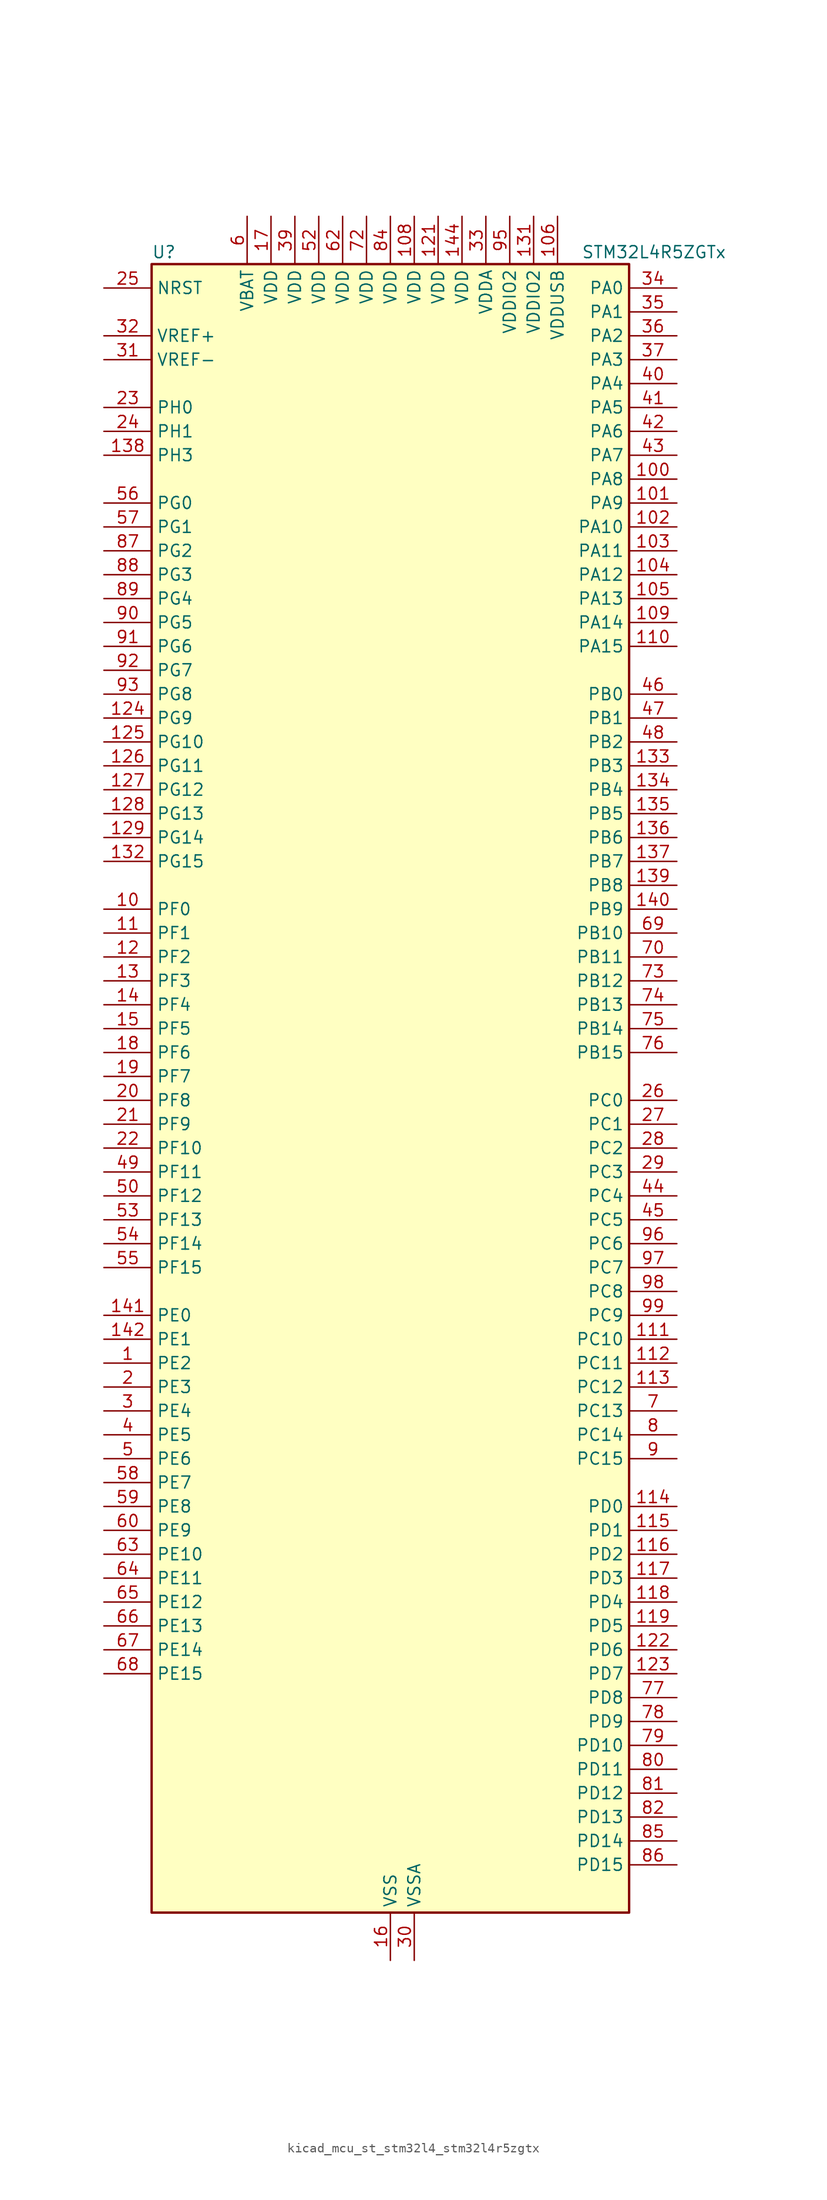
<source format=kicad_sym>
(kicad_symbol_lib
  (version 20220914)
  (generator kicad_symbol_editor)
  (symbol "kicad_mcu_st_stm32l4_stm32l4r5zgtx"
    (property "Reference" "U"
      (at -25.4 90.17 0)
      (effects (font (size 1.27 1.27)) (justify left)))
    (property "Value" "STM32L4R5ZGTx"
      (at 20.32 90.17 0)
      (effects (font (size 1.27 1.27)) (justify left)))
    (property "ki_locked" ""
      (at 0 0 0)
      (effects (font (size 1.27 1.27))))
    (symbol "kicad_mcu_st_stm32l4_stm32l4r5zgtx_0_1"
      (rectangle (start -25.4 -86.36) (end 25.4 88.9) (stroke (width 0.254) (type default)) (fill (type background))))
    (symbol "kicad_mcu_st_stm32l4_stm32l4r5zgtx_1_1"
      (pin bidirectional line (at -30.48 -27.94 0) (length 5.08) (name "PE2" (effects (font (size 1.27 1.27)))) (number "1" (effects (font (size 1.27 1.27)))) (alternate "FMC_A23" bidirectional line) (alternate "SAI1_CK1" bidirectional line) (alternate "SAI1_MCLK_A" bidirectional line) (alternate "SYS_TRACECLK" bidirectional line) (alternate "TIM3_ETR" bidirectional line) (alternate "TSC_G7_IO1" bidirectional line))
      (pin bidirectional line (at -30.48 20.32 0) (length 5.08) (name "PF0" (effects (font (size 1.27 1.27)))) (number "10" (effects (font (size 1.27 1.27)))) (alternate "FMC_A0" bidirectional line) (alternate "I2C2_SDA" bidirectional line) (alternate "OCTOSPIM_P2_IO0" bidirectional line))
      (pin bidirectional line (at 30.48 66.04 180) (length 5.08) (name "PA8" (effects (font (size 1.27 1.27)))) (number "100" (effects (font (size 1.27 1.27)))) (alternate "LPTIM2_OUT" bidirectional line) (alternate "RCC_MCO" bidirectional line) (alternate "SAI1_CK2" bidirectional line) (alternate "SAI1_SCK_A" bidirectional line) (alternate "TIM1_CH1" bidirectional line) (alternate "USART1_CK" bidirectional line) (alternate "USB_OTG_FS_SOF" bidirectional line))
      (pin bidirectional line (at 30.48 63.5 180) (length 5.08) (name "PA9" (effects (font (size 1.27 1.27)))) (number "101" (effects (font (size 1.27 1.27)))) (alternate "DAC1_EXTI9" bidirectional line) (alternate "DCMI_D0" bidirectional line) (alternate "SAI1_FS_A" bidirectional line) (alternate "SPI2_SCK" bidirectional line) (alternate "TIM15_BKIN" bidirectional line) (alternate "TIM1_CH2" bidirectional line) (alternate "USART1_TX" bidirectional line) (alternate "USB_OTG_FS_VBUS" bidirectional line))
      (pin bidirectional line (at 30.48 60.96 180) (length 5.08) (name "PA10" (effects (font (size 1.27 1.27)))) (number "102" (effects (font (size 1.27 1.27)))) (alternate "DCMI_D1" bidirectional line) (alternate "SAI1_D1" bidirectional line) (alternate "SAI1_SD_A" bidirectional line) (alternate "TIM17_BKIN" bidirectional line) (alternate "TIM1_CH3" bidirectional line) (alternate "USART1_RX" bidirectional line) (alternate "USB_OTG_FS_ID" bidirectional line))
      (pin bidirectional line (at 30.48 58.42 180) (length 5.08) (name "PA11" (effects (font (size 1.27 1.27)))) (number "103" (effects (font (size 1.27 1.27)))) (alternate "ADC1_EXTI11" bidirectional line) (alternate "CAN1_RX" bidirectional line) (alternate "SPI1_MISO" bidirectional line) (alternate "TIM1_BKIN2" bidirectional line) (alternate "TIM1_CH4" bidirectional line) (alternate "USART1_CTS" bidirectional line) (alternate "USART1_NSS" bidirectional line) (alternate "USB_OTG_FS_DM" bidirectional line))
      (pin bidirectional line (at 30.48 55.88 180) (length 5.08) (name "PA12" (effects (font (size 1.27 1.27)))) (number "104" (effects (font (size 1.27 1.27)))) (alternate "CAN1_TX" bidirectional line) (alternate "SPI1_MOSI" bidirectional line) (alternate "TIM1_ETR" bidirectional line) (alternate "USART1_DE" bidirectional line) (alternate "USART1_RTS" bidirectional line) (alternate "USB_OTG_FS_DP" bidirectional line))
      (pin bidirectional line (at 30.48 53.34 180) (length 5.08) (name "PA13" (effects (font (size 1.27 1.27)))) (number "105" (effects (font (size 1.27 1.27)))) (alternate "IR_OUT" bidirectional line) (alternate "SAI1_SD_B" bidirectional line) (alternate "SYS_JTMS-SWDIO" bidirectional line) (alternate "USB_OTG_FS_NOE" bidirectional line))
      (pin power_in line (at 17.78 93.98 270) (length 5.08) (name "VDDUSB" (effects (font (size 1.27 1.27)))) (number "106" (effects (font (size 1.27 1.27)))))
      (pin passive line (at 0 -91.44 90) (length 5.08) hide (name "VSS" (effects (font (size 1.27 1.27)))) (number "107" (effects (font (size 1.27 1.27)))))
      (pin power_in line (at 2.54 93.98 270) (length 5.08) (name "VDD" (effects (font (size 1.27 1.27)))) (number "108" (effects (font (size 1.27 1.27)))))
      (pin bidirectional line (at 30.48 50.8 180) (length 5.08) (name "PA14" (effects (font (size 1.27 1.27)))) (number "109" (effects (font (size 1.27 1.27)))) (alternate "I2C1_SMBA" bidirectional line) (alternate "I2C4_SMBA" bidirectional line) (alternate "LPTIM1_OUT" bidirectional line) (alternate "SAI1_FS_B" bidirectional line) (alternate "SYS_JTCK-SWCLK" bidirectional line) (alternate "USB_OTG_FS_SOF" bidirectional line))
      (pin bidirectional line (at -30.48 17.78 0) (length 5.08) (name "PF1" (effects (font (size 1.27 1.27)))) (number "11" (effects (font (size 1.27 1.27)))) (alternate "FMC_A1" bidirectional line) (alternate "I2C2_SCL" bidirectional line) (alternate "OCTOSPIM_P2_IO1" bidirectional line))
      (pin bidirectional line (at 30.48 48.26 180) (length 5.08) (name "PA15" (effects (font (size 1.27 1.27)))) (number "110" (effects (font (size 1.27 1.27)))) (alternate "ADC1_EXTI15" bidirectional line) (alternate "SAI2_FS_B" bidirectional line) (alternate "SPI1_NSS" bidirectional line) (alternate "SPI3_NSS" bidirectional line) (alternate "SYS_JTDI" bidirectional line) (alternate "TIM2_CH1" bidirectional line) (alternate "TIM2_ETR" bidirectional line) (alternate "TSC_G3_IO1" bidirectional line) (alternate "UART4_DE" bidirectional line) (alternate "UART4_RTS" bidirectional line) (alternate "USART2_RX" bidirectional line) (alternate "USART3_DE" bidirectional line) (alternate "USART3_RTS" bidirectional line))
      (pin bidirectional line (at 30.48 -25.4 180) (length 5.08) (name "PC10" (effects (font (size 1.27 1.27)))) (number "111" (effects (font (size 1.27 1.27)))) (alternate "DCMI_D8" bidirectional line) (alternate "SAI2_SCK_B" bidirectional line) (alternate "SDMMC1_D2" bidirectional line) (alternate "SPI3_SCK" bidirectional line) (alternate "SYS_TRACED1" bidirectional line) (alternate "TSC_G3_IO2" bidirectional line) (alternate "UART4_TX" bidirectional line) (alternate "USART3_TX" bidirectional line))
      (pin bidirectional line (at 30.48 -27.94 180) (length 5.08) (name "PC11" (effects (font (size 1.27 1.27)))) (number "112" (effects (font (size 1.27 1.27)))) (alternate "ADC1_EXTI11" bidirectional line) (alternate "DCMI_D2" bidirectional line) (alternate "DCMI_D4" bidirectional line) (alternate "OCTOSPIM_P1_NCS" bidirectional line) (alternate "SAI2_MCLK_B" bidirectional line) (alternate "SDMMC1_D3" bidirectional line) (alternate "SPI3_MISO" bidirectional line) (alternate "TSC_G3_IO3" bidirectional line) (alternate "UART4_RX" bidirectional line) (alternate "USART3_RX" bidirectional line))
      (pin bidirectional line (at 30.48 -30.48 180) (length 5.08) (name "PC12" (effects (font (size 1.27 1.27)))) (number "113" (effects (font (size 1.27 1.27)))) (alternate "DCMI_D9" bidirectional line) (alternate "SAI2_SD_B" bidirectional line) (alternate "SDMMC1_CK" bidirectional line) (alternate "SPI3_MOSI" bidirectional line) (alternate "SYS_TRACED3" bidirectional line) (alternate "TSC_G3_IO4" bidirectional line) (alternate "UART5_TX" bidirectional line) (alternate "USART3_CK" bidirectional line))
      (pin bidirectional line (at 30.48 -43.18 180) (length 5.08) (name "PD0" (effects (font (size 1.27 1.27)))) (number "114" (effects (font (size 1.27 1.27)))) (alternate "CAN1_RX" bidirectional line) (alternate "DFSDM1_DATIN7" bidirectional line) (alternate "FMC_D2" bidirectional line) (alternate "FMC_DA2" bidirectional line) (alternate "SPI2_NSS" bidirectional line))
      (pin bidirectional line (at 30.48 -45.72 180) (length 5.08) (name "PD1" (effects (font (size 1.27 1.27)))) (number "115" (effects (font (size 1.27 1.27)))) (alternate "CAN1_TX" bidirectional line) (alternate "DFSDM1_CKIN7" bidirectional line) (alternate "FMC_D3" bidirectional line) (alternate "FMC_DA3" bidirectional line) (alternate "SPI2_SCK" bidirectional line))
      (pin bidirectional line (at 30.48 -48.26 180) (length 5.08) (name "PD2" (effects (font (size 1.27 1.27)))) (number "116" (effects (font (size 1.27 1.27)))) (alternate "DCMI_D11" bidirectional line) (alternate "SDMMC1_CMD" bidirectional line) (alternate "SYS_TRACED2" bidirectional line) (alternate "TIM3_ETR" bidirectional line) (alternate "TSC_SYNC" bidirectional line) (alternate "UART5_RX" bidirectional line) (alternate "USART3_DE" bidirectional line) (alternate "USART3_RTS" bidirectional line))
      (pin bidirectional line (at 30.48 -50.8 180) (length 5.08) (name "PD3" (effects (font (size 1.27 1.27)))) (number "117" (effects (font (size 1.27 1.27)))) (alternate "DCMI_D5" bidirectional line) (alternate "DFSDM1_DATIN0" bidirectional line) (alternate "FMC_CLK" bidirectional line) (alternate "OCTOSPIM_P2_NCS" bidirectional line) (alternate "SPI2_MISO" bidirectional line) (alternate "SPI2_SCK" bidirectional line) (alternate "USART2_CTS" bidirectional line) (alternate "USART2_NSS" bidirectional line))
      (pin bidirectional line (at 30.48 -53.34 180) (length 5.08) (name "PD4" (effects (font (size 1.27 1.27)))) (number "118" (effects (font (size 1.27 1.27)))) (alternate "DFSDM1_CKIN0" bidirectional line) (alternate "FMC_NOE" bidirectional line) (alternate "OCTOSPIM_P1_IO4" bidirectional line) (alternate "SPI2_MOSI" bidirectional line) (alternate "USART2_DE" bidirectional line) (alternate "USART2_RTS" bidirectional line))
      (pin bidirectional line (at 30.48 -55.88 180) (length 5.08) (name "PD5" (effects (font (size 1.27 1.27)))) (number "119" (effects (font (size 1.27 1.27)))) (alternate "FMC_NWE" bidirectional line) (alternate "OCTOSPIM_P1_IO5" bidirectional line) (alternate "USART2_TX" bidirectional line))
      (pin bidirectional line (at -30.48 15.24 0) (length 5.08) (name "PF2" (effects (font (size 1.27 1.27)))) (number "12" (effects (font (size 1.27 1.27)))) (alternate "FMC_A2" bidirectional line) (alternate "I2C2_SMBA" bidirectional line) (alternate "OCTOSPIM_P2_IO2" bidirectional line))
      (pin passive line (at 0 -91.44 90) (length 5.08) hide (name "VSS" (effects (font (size 1.27 1.27)))) (number "120" (effects (font (size 1.27 1.27)))))
      (pin power_in line (at 5.08 93.98 270) (length 5.08) (name "VDD" (effects (font (size 1.27 1.27)))) (number "121" (effects (font (size 1.27 1.27)))))
      (pin bidirectional line (at 30.48 -58.42 180) (length 5.08) (name "PD6" (effects (font (size 1.27 1.27)))) (number "122" (effects (font (size 1.27 1.27)))) (alternate "DCMI_D10" bidirectional line) (alternate "DFSDM1_DATIN1" bidirectional line) (alternate "FMC_NWAIT" bidirectional line) (alternate "OCTOSPIM_P1_IO6" bidirectional line) (alternate "SAI1_D1" bidirectional line) (alternate "SAI1_SD_A" bidirectional line) (alternate "SPI3_MOSI" bidirectional line) (alternate "USART2_RX" bidirectional line))
      (pin bidirectional line (at 30.48 -60.96 180) (length 5.08) (name "PD7" (effects (font (size 1.27 1.27)))) (number "123" (effects (font (size 1.27 1.27)))) (alternate "DFSDM1_CKIN1" bidirectional line) (alternate "FMC_NCE" bidirectional line) (alternate "FMC_NE1" bidirectional line) (alternate "OCTOSPIM_P1_IO7" bidirectional line) (alternate "USART2_CK" bidirectional line))
      (pin bidirectional line (at -30.48 40.64 0) (length 5.08) (name "PG9" (effects (font (size 1.27 1.27)))) (number "124" (effects (font (size 1.27 1.27)))) (alternate "DAC1_EXTI9" bidirectional line) (alternate "FMC_NCE" bidirectional line) (alternate "FMC_NE2" bidirectional line) (alternate "OCTOSPIM_P2_IO6" bidirectional line) (alternate "SAI2_SCK_A" bidirectional line) (alternate "SPI3_SCK" bidirectional line) (alternate "TIM15_CH1N" bidirectional line) (alternate "USART1_TX" bidirectional line))
      (pin bidirectional line (at -30.48 38.1 0) (length 5.08) (name "PG10" (effects (font (size 1.27 1.27)))) (number "125" (effects (font (size 1.27 1.27)))) (alternate "FMC_NE3" bidirectional line) (alternate "LPTIM1_IN1" bidirectional line) (alternate "OCTOSPIM_P2_IO7" bidirectional line) (alternate "SAI2_FS_A" bidirectional line) (alternate "SPI3_MISO" bidirectional line) (alternate "TIM15_CH1" bidirectional line) (alternate "USART1_RX" bidirectional line))
      (pin bidirectional line (at -30.48 35.56 0) (length 5.08) (name "PG11" (effects (font (size 1.27 1.27)))) (number "126" (effects (font (size 1.27 1.27)))) (alternate "ADC1_EXTI11" bidirectional line) (alternate "LPTIM1_IN2" bidirectional line) (alternate "OCTOSPIM_P1_IO5" bidirectional line) (alternate "SAI2_MCLK_A" bidirectional line) (alternate "SPI3_MOSI" bidirectional line) (alternate "TIM15_CH2" bidirectional line) (alternate "USART1_CTS" bidirectional line) (alternate "USART1_NSS" bidirectional line))
      (pin bidirectional line (at -30.48 33.02 0) (length 5.08) (name "PG12" (effects (font (size 1.27 1.27)))) (number "127" (effects (font (size 1.27 1.27)))) (alternate "FMC_NE4" bidirectional line) (alternate "LPTIM1_ETR" bidirectional line) (alternate "OCTOSPIM_P2_NCS" bidirectional line) (alternate "SAI2_SD_A" bidirectional line) (alternate "SPI3_NSS" bidirectional line) (alternate "USART1_DE" bidirectional line) (alternate "USART1_RTS" bidirectional line))
      (pin bidirectional line (at -30.48 30.48 0) (length 5.08) (name "PG13" (effects (font (size 1.27 1.27)))) (number "128" (effects (font (size 1.27 1.27)))) (alternate "FMC_A24" bidirectional line) (alternate "I2C1_SDA" bidirectional line) (alternate "USART1_CK" bidirectional line))
      (pin bidirectional line (at -30.48 27.94 0) (length 5.08) (name "PG14" (effects (font (size 1.27 1.27)))) (number "129" (effects (font (size 1.27 1.27)))) (alternate "FMC_A25" bidirectional line) (alternate "I2C1_SCL" bidirectional line))
      (pin bidirectional line (at -30.48 12.7 0) (length 5.08) (name "PF3" (effects (font (size 1.27 1.27)))) (number "13" (effects (font (size 1.27 1.27)))) (alternate "FMC_A3" bidirectional line) (alternate "OCTOSPIM_P2_IO3" bidirectional line))
      (pin passive line (at 0 -91.44 90) (length 5.08) hide (name "VSS" (effects (font (size 1.27 1.27)))) (number "130" (effects (font (size 1.27 1.27)))))
      (pin power_in line (at 15.24 93.98 270) (length 5.08) (name "VDDIO2" (effects (font (size 1.27 1.27)))) (number "131" (effects (font (size 1.27 1.27)))))
      (pin bidirectional line (at -30.48 25.4 0) (length 5.08) (name "PG15" (effects (font (size 1.27 1.27)))) (number "132" (effects (font (size 1.27 1.27)))) (alternate "ADC1_EXTI15" bidirectional line) (alternate "DCMI_D13" bidirectional line) (alternate "I2C1_SMBA" bidirectional line) (alternate "LPTIM1_OUT" bidirectional line) (alternate "OCTOSPIM_P2_DQS" bidirectional line))
      (pin bidirectional line (at 30.48 35.56 180) (length 5.08) (name "PB3" (effects (font (size 1.27 1.27)))) (number "133" (effects (font (size 1.27 1.27)))) (alternate "COMP2_INM" bidirectional line) (alternate "CRS_SYNC" bidirectional line) (alternate "SAI1_SCK_B" bidirectional line) (alternate "SPI1_SCK" bidirectional line) (alternate "SPI3_SCK" bidirectional line) (alternate "SYS_JTDO-SWO" bidirectional line) (alternate "TIM2_CH2" bidirectional line) (alternate "USART1_DE" bidirectional line) (alternate "USART1_RTS" bidirectional line))
      (pin bidirectional line (at 30.48 33.02 180) (length 5.08) (name "PB4" (effects (font (size 1.27 1.27)))) (number "134" (effects (font (size 1.27 1.27)))) (alternate "COMP2_INP" bidirectional line) (alternate "DCMI_D12" bidirectional line) (alternate "I2C3_SDA" bidirectional line) (alternate "SAI1_MCLK_B" bidirectional line) (alternate "SPI1_MISO" bidirectional line) (alternate "SPI3_MISO" bidirectional line) (alternate "SYS_JTRST" bidirectional line) (alternate "TIM17_BKIN" bidirectional line) (alternate "TIM3_CH1" bidirectional line) (alternate "TSC_G2_IO1" bidirectional line) (alternate "UART5_DE" bidirectional line) (alternate "UART5_RTS" bidirectional line) (alternate "USART1_CTS" bidirectional line) (alternate "USART1_NSS" bidirectional line))
      (pin bidirectional line (at 30.48 30.48 180) (length 5.08) (name "PB5" (effects (font (size 1.27 1.27)))) (number "135" (effects (font (size 1.27 1.27)))) (alternate "COMP2_OUT" bidirectional line) (alternate "DCMI_D10" bidirectional line) (alternate "I2C1_SMBA" bidirectional line) (alternate "LPTIM1_IN1" bidirectional line) (alternate "SAI1_SD_B" bidirectional line) (alternate "SPI1_MOSI" bidirectional line) (alternate "SPI3_MOSI" bidirectional line) (alternate "TIM16_BKIN" bidirectional line) (alternate "TIM3_CH2" bidirectional line) (alternate "TSC_G2_IO2" bidirectional line) (alternate "UART5_CTS" bidirectional line) (alternate "USART1_CK" bidirectional line))
      (pin bidirectional line (at 30.48 27.94 180) (length 5.08) (name "PB6" (effects (font (size 1.27 1.27)))) (number "136" (effects (font (size 1.27 1.27)))) (alternate "COMP2_INP" bidirectional line) (alternate "DCMI_D5" bidirectional line) (alternate "DFSDM1_DATIN5" bidirectional line) (alternate "I2C1_SCL" bidirectional line) (alternate "I2C4_SCL" bidirectional line) (alternate "LPTIM1_ETR" bidirectional line) (alternate "SAI1_FS_B" bidirectional line) (alternate "TIM16_CH1N" bidirectional line) (alternate "TIM4_CH1" bidirectional line) (alternate "TIM8_BKIN2" bidirectional line) (alternate "TSC_G2_IO3" bidirectional line) (alternate "USART1_TX" bidirectional line))
      (pin bidirectional line (at 30.48 25.4 180) (length 5.08) (name "PB7" (effects (font (size 1.27 1.27)))) (number "137" (effects (font (size 1.27 1.27)))) (alternate "COMP2_INM" bidirectional line) (alternate "DCMI_VSYNC" bidirectional line) (alternate "DFSDM1_CKIN5" bidirectional line) (alternate "FMC_NL" bidirectional line) (alternate "I2C1_SDA" bidirectional line) (alternate "I2C4_SDA" bidirectional line) (alternate "LPTIM1_IN2" bidirectional line) (alternate "SYS_PVD_IN" bidirectional line) (alternate "TIM17_CH1N" bidirectional line) (alternate "TIM4_CH2" bidirectional line) (alternate "TIM8_BKIN" bidirectional line) (alternate "TSC_G2_IO4" bidirectional line) (alternate "UART4_CTS" bidirectional line) (alternate "USART1_RX" bidirectional line))
      (pin bidirectional line (at -30.48 68.58 0) (length 5.08) (name "PH3" (effects (font (size 1.27 1.27)))) (number "138" (effects (font (size 1.27 1.27)))))
      (pin bidirectional line (at 30.48 22.86 180) (length 5.08) (name "PB8" (effects (font (size 1.27 1.27)))) (number "139" (effects (font (size 1.27 1.27)))) (alternate "CAN1_RX" bidirectional line) (alternate "DCMI_D6" bidirectional line) (alternate "DFSDM1_CKOUT" bidirectional line) (alternate "DFSDM1_DATIN6" bidirectional line) (alternate "I2C1_SCL" bidirectional line) (alternate "SAI1_CK1" bidirectional line) (alternate "SAI1_MCLK_A" bidirectional line) (alternate "SDMMC1_CKIN" bidirectional line) (alternate "SDMMC1_D4" bidirectional line) (alternate "TIM16_CH1" bidirectional line) (alternate "TIM4_CH3" bidirectional line))
      (pin bidirectional line (at -30.48 10.16 0) (length 5.08) (name "PF4" (effects (font (size 1.27 1.27)))) (number "14" (effects (font (size 1.27 1.27)))) (alternate "FMC_A4" bidirectional line) (alternate "OCTOSPIM_P2_CLK" bidirectional line))
      (pin bidirectional line (at 30.48 20.32 180) (length 5.08) (name "PB9" (effects (font (size 1.27 1.27)))) (number "140" (effects (font (size 1.27 1.27)))) (alternate "CAN1_TX" bidirectional line) (alternate "DAC1_EXTI9" bidirectional line) (alternate "DCMI_D7" bidirectional line) (alternate "DFSDM1_CKIN6" bidirectional line) (alternate "I2C1_SDA" bidirectional line) (alternate "IR_OUT" bidirectional line) (alternate "SAI1_D2" bidirectional line) (alternate "SAI1_FS_A" bidirectional line) (alternate "SDMMC1_CDIR" bidirectional line) (alternate "SDMMC1_D5" bidirectional line) (alternate "SPI2_NSS" bidirectional line) (alternate "TIM17_CH1" bidirectional line) (alternate "TIM4_CH4" bidirectional line))
      (pin bidirectional line (at -30.48 -22.86 0) (length 5.08) (name "PE0" (effects (font (size 1.27 1.27)))) (number "141" (effects (font (size 1.27 1.27)))) (alternate "DCMI_D2" bidirectional line) (alternate "FMC_NBL0" bidirectional line) (alternate "TIM16_CH1" bidirectional line) (alternate "TIM4_ETR" bidirectional line))
      (pin bidirectional line (at -30.48 -25.4 0) (length 5.08) (name "PE1" (effects (font (size 1.27 1.27)))) (number "142" (effects (font (size 1.27 1.27)))) (alternate "DCMI_D3" bidirectional line) (alternate "FMC_NBL1" bidirectional line) (alternate "TIM17_CH1" bidirectional line))
      (pin passive line (at 0 -91.44 90) (length 5.08) hide (name "VSS" (effects (font (size 1.27 1.27)))) (number "143" (effects (font (size 1.27 1.27)))))
      (pin power_in line (at 7.62 93.98 270) (length 5.08) (name "VDD" (effects (font (size 1.27 1.27)))) (number "144" (effects (font (size 1.27 1.27)))))
      (pin bidirectional line (at -30.48 7.62 0) (length 5.08) (name "PF5" (effects (font (size 1.27 1.27)))) (number "15" (effects (font (size 1.27 1.27)))) (alternate "FMC_A5" bidirectional line))
      (pin power_in line (at 0 -91.44 90) (length 5.08) (name "VSS" (effects (font (size 1.27 1.27)))) (number "16" (effects (font (size 1.27 1.27)))))
      (pin power_in line (at -12.7 93.98 270) (length 5.08) (name "VDD" (effects (font (size 1.27 1.27)))) (number "17" (effects (font (size 1.27 1.27)))))
      (pin bidirectional line (at -30.48 5.08 0) (length 5.08) (name "PF6" (effects (font (size 1.27 1.27)))) (number "18" (effects (font (size 1.27 1.27)))) (alternate "OCTOSPIM_P1_IO3" bidirectional line) (alternate "SAI1_SD_B" bidirectional line) (alternate "TIM5_CH1" bidirectional line) (alternate "TIM5_ETR" bidirectional line))
      (pin bidirectional line (at -30.48 2.54 0) (length 5.08) (name "PF7" (effects (font (size 1.27 1.27)))) (number "19" (effects (font (size 1.27 1.27)))) (alternate "OCTOSPIM_P1_IO2" bidirectional line) (alternate "SAI1_MCLK_B" bidirectional line) (alternate "TIM5_CH2" bidirectional line))
      (pin bidirectional line (at -30.48 -30.48 0) (length 5.08) (name "PE3" (effects (font (size 1.27 1.27)))) (number "2" (effects (font (size 1.27 1.27)))) (alternate "FMC_A19" bidirectional line) (alternate "OCTOSPIM_P1_DQS" bidirectional line) (alternate "SAI1_SD_B" bidirectional line) (alternate "SYS_TRACED0" bidirectional line) (alternate "TIM3_CH1" bidirectional line) (alternate "TSC_G7_IO2" bidirectional line))
      (pin bidirectional line (at -30.48 0 0) (length 5.08) (name "PF8" (effects (font (size 1.27 1.27)))) (number "20" (effects (font (size 1.27 1.27)))) (alternate "OCTOSPIM_P1_IO0" bidirectional line) (alternate "SAI1_SCK_B" bidirectional line) (alternate "TIM5_CH3" bidirectional line))
      (pin bidirectional line (at -30.48 -2.54 0) (length 5.08) (name "PF9" (effects (font (size 1.27 1.27)))) (number "21" (effects (font (size 1.27 1.27)))) (alternate "DAC1_EXTI9" bidirectional line) (alternate "OCTOSPIM_P1_IO1" bidirectional line) (alternate "SAI1_FS_B" bidirectional line) (alternate "TIM15_CH1" bidirectional line) (alternate "TIM5_CH4" bidirectional line))
      (pin bidirectional line (at -30.48 -5.08 0) (length 5.08) (name "PF10" (effects (font (size 1.27 1.27)))) (number "22" (effects (font (size 1.27 1.27)))) (alternate "DCMI_D11" bidirectional line) (alternate "DFSDM1_CKOUT" bidirectional line) (alternate "OCTOSPIM_P1_CLK" bidirectional line) (alternate "SAI1_D3" bidirectional line) (alternate "TIM15_CH2" bidirectional line))
      (pin bidirectional line (at -30.48 73.66 0) (length 5.08) (name "PH0" (effects (font (size 1.27 1.27)))) (number "23" (effects (font (size 1.27 1.27)))) (alternate "RCC_OSC_IN" bidirectional line))
      (pin bidirectional line (at -30.48 71.12 0) (length 5.08) (name "PH1" (effects (font (size 1.27 1.27)))) (number "24" (effects (font (size 1.27 1.27)))) (alternate "RCC_OSC_OUT" bidirectional line))
      (pin input line (at -30.48 86.36 0) (length 5.08) (name "NRST" (effects (font (size 1.27 1.27)))) (number "25" (effects (font (size 1.27 1.27)))))
      (pin bidirectional line (at 30.48 0 180) (length 5.08) (name "PC0" (effects (font (size 1.27 1.27)))) (number "26" (effects (font (size 1.27 1.27)))) (alternate "ADC1_IN1" bidirectional line) (alternate "DFSDM1_DATIN4" bidirectional line) (alternate "I2C3_SCL" bidirectional line) (alternate "LPTIM1_IN1" bidirectional line) (alternate "LPTIM2_IN1" bidirectional line) (alternate "LPUART1_RX" bidirectional line) (alternate "SAI2_FS_A" bidirectional line))
      (pin bidirectional line (at 30.48 -2.54 180) (length 5.08) (name "PC1" (effects (font (size 1.27 1.27)))) (number "27" (effects (font (size 1.27 1.27)))) (alternate "ADC1_IN2" bidirectional line) (alternate "DFSDM1_CKIN4" bidirectional line) (alternate "I2C3_SDA" bidirectional line) (alternate "LPTIM1_OUT" bidirectional line) (alternate "LPUART1_TX" bidirectional line) (alternate "OCTOSPIM_P1_IO4" bidirectional line) (alternate "SAI1_SD_A" bidirectional line) (alternate "SPI2_MOSI" bidirectional line) (alternate "SYS_TRACED0" bidirectional line))
      (pin bidirectional line (at 30.48 -5.08 180) (length 5.08) (name "PC2" (effects (font (size 1.27 1.27)))) (number "28" (effects (font (size 1.27 1.27)))) (alternate "ADC1_IN3" bidirectional line) (alternate "DFSDM1_CKOUT" bidirectional line) (alternate "LPTIM1_IN2" bidirectional line) (alternate "OCTOSPIM_P1_IO5" bidirectional line) (alternate "SPI2_MISO" bidirectional line))
      (pin bidirectional line (at 30.48 -7.62 180) (length 5.08) (name "PC3" (effects (font (size 1.27 1.27)))) (number "29" (effects (font (size 1.27 1.27)))) (alternate "ADC1_IN4" bidirectional line) (alternate "LPTIM1_ETR" bidirectional line) (alternate "LPTIM2_ETR" bidirectional line) (alternate "OCTOSPIM_P1_IO6" bidirectional line) (alternate "SAI1_D1" bidirectional line) (alternate "SAI1_SD_A" bidirectional line) (alternate "SPI2_MOSI" bidirectional line))
      (pin bidirectional line (at -30.48 -33.02 0) (length 5.08) (name "PE4" (effects (font (size 1.27 1.27)))) (number "3" (effects (font (size 1.27 1.27)))) (alternate "DCMI_D4" bidirectional line) (alternate "DFSDM1_DATIN3" bidirectional line) (alternate "FMC_A20" bidirectional line) (alternate "SAI1_D2" bidirectional line) (alternate "SAI1_FS_A" bidirectional line) (alternate "SYS_TRACED1" bidirectional line) (alternate "TIM3_CH2" bidirectional line) (alternate "TSC_G7_IO3" bidirectional line))
      (pin power_in line (at 2.54 -91.44 90) (length 5.08) (name "VSSA" (effects (font (size 1.27 1.27)))) (number "30" (effects (font (size 1.27 1.27)))))
      (pin input line (at -30.48 78.74 0) (length 5.08) (name "VREF-" (effects (font (size 1.27 1.27)))) (number "31" (effects (font (size 1.27 1.27)))))
      (pin input line (at -30.48 81.28 0) (length 5.08) (name "VREF+" (effects (font (size 1.27 1.27)))) (number "32" (effects (font (size 1.27 1.27)))) (alternate "VREFBUF_OUT" bidirectional line))
      (pin power_in line (at 10.16 93.98 270) (length 5.08) (name "VDDA" (effects (font (size 1.27 1.27)))) (number "33" (effects (font (size 1.27 1.27)))))
      (pin bidirectional line (at 30.48 86.36 180) (length 5.08) (name "PA0" (effects (font (size 1.27 1.27)))) (number "34" (effects (font (size 1.27 1.27)))) (alternate "ADC1_IN5" bidirectional line) (alternate "OPAMP1_VINP" bidirectional line) (alternate "RTC_TAMP2" bidirectional line) (alternate "SAI1_EXTCLK" bidirectional line) (alternate "SYS_WKUP1" bidirectional line) (alternate "TIM2_CH1" bidirectional line) (alternate "TIM2_ETR" bidirectional line) (alternate "TIM5_CH1" bidirectional line) (alternate "TIM8_ETR" bidirectional line) (alternate "UART4_TX" bidirectional line) (alternate "USART2_CTS" bidirectional line) (alternate "USART2_NSS" bidirectional line))
      (pin bidirectional line (at 30.48 83.82 180) (length 5.08) (name "PA1" (effects (font (size 1.27 1.27)))) (number "35" (effects (font (size 1.27 1.27)))) (alternate "ADC1_IN6" bidirectional line) (alternate "I2C1_SMBA" bidirectional line) (alternate "OCTOSPIM_P1_DQS" bidirectional line) (alternate "OPAMP1_VINM" bidirectional line) (alternate "SPI1_SCK" bidirectional line) (alternate "TIM15_CH1N" bidirectional line) (alternate "TIM2_CH2" bidirectional line) (alternate "TIM5_CH2" bidirectional line) (alternate "UART4_RX" bidirectional line) (alternate "USART2_DE" bidirectional line) (alternate "USART2_RTS" bidirectional line))
      (pin bidirectional line (at 30.48 81.28 180) (length 5.08) (name "PA2" (effects (font (size 1.27 1.27)))) (number "36" (effects (font (size 1.27 1.27)))) (alternate "ADC1_IN7" bidirectional line) (alternate "LPUART1_TX" bidirectional line) (alternate "OCTOSPIM_P1_NCS" bidirectional line) (alternate "RCC_LSCO" bidirectional line) (alternate "SAI2_EXTCLK" bidirectional line) (alternate "SYS_WKUP4" bidirectional line) (alternate "TIM15_CH1" bidirectional line) (alternate "TIM2_CH3" bidirectional line) (alternate "TIM5_CH3" bidirectional line) (alternate "USART2_TX" bidirectional line))
      (pin bidirectional line (at 30.48 78.74 180) (length 5.08) (name "PA3" (effects (font (size 1.27 1.27)))) (number "37" (effects (font (size 1.27 1.27)))) (alternate "ADC1_IN8" bidirectional line) (alternate "LPUART1_RX" bidirectional line) (alternate "OCTOSPIM_P1_CLK" bidirectional line) (alternate "OPAMP1_VOUT" bidirectional line) (alternate "SAI1_CK1" bidirectional line) (alternate "SAI1_MCLK_A" bidirectional line) (alternate "TIM15_CH2" bidirectional line) (alternate "TIM2_CH4" bidirectional line) (alternate "TIM5_CH4" bidirectional line) (alternate "USART2_RX" bidirectional line))
      (pin passive line (at 0 -91.44 90) (length 5.08) hide (name "VSS" (effects (font (size 1.27 1.27)))) (number "38" (effects (font (size 1.27 1.27)))))
      (pin power_in line (at -10.16 93.98 270) (length 5.08) (name "VDD" (effects (font (size 1.27 1.27)))) (number "39" (effects (font (size 1.27 1.27)))))
      (pin bidirectional line (at -30.48 -35.56 0) (length 5.08) (name "PE5" (effects (font (size 1.27 1.27)))) (number "4" (effects (font (size 1.27 1.27)))) (alternate "DCMI_D6" bidirectional line) (alternate "DFSDM1_CKIN3" bidirectional line) (alternate "FMC_A21" bidirectional line) (alternate "SAI1_CK2" bidirectional line) (alternate "SAI1_SCK_A" bidirectional line) (alternate "SYS_TRACED2" bidirectional line) (alternate "TIM3_CH3" bidirectional line) (alternate "TSC_G7_IO4" bidirectional line))
      (pin bidirectional line (at 30.48 76.2 180) (length 5.08) (name "PA4" (effects (font (size 1.27 1.27)))) (number "40" (effects (font (size 1.27 1.27)))) (alternate "ADC1_IN9" bidirectional line) (alternate "DAC1_OUT1" bidirectional line) (alternate "DCMI_HSYNC" bidirectional line) (alternate "LPTIM2_OUT" bidirectional line) (alternate "OCTOSPIM_P1_NCS" bidirectional line) (alternate "SAI1_FS_B" bidirectional line) (alternate "SPI1_NSS" bidirectional line) (alternate "SPI3_NSS" bidirectional line) (alternate "USART2_CK" bidirectional line))
      (pin bidirectional line (at 30.48 73.66 180) (length 5.08) (name "PA5" (effects (font (size 1.27 1.27)))) (number "41" (effects (font (size 1.27 1.27)))) (alternate "ADC1_IN10" bidirectional line) (alternate "DAC1_OUT2" bidirectional line) (alternate "LPTIM2_ETR" bidirectional line) (alternate "SPI1_SCK" bidirectional line) (alternate "TIM2_CH1" bidirectional line) (alternate "TIM2_ETR" bidirectional line) (alternate "TIM8_CH1N" bidirectional line))
      (pin bidirectional line (at 30.48 71.12 180) (length 5.08) (name "PA6" (effects (font (size 1.27 1.27)))) (number "42" (effects (font (size 1.27 1.27)))) (alternate "ADC1_IN11" bidirectional line) (alternate "DCMI_PIXCLK" bidirectional line) (alternate "LPUART1_CTS" bidirectional line) (alternate "OCTOSPIM_P1_IO3" bidirectional line) (alternate "OPAMP2_VINP" bidirectional line) (alternate "SPI1_MISO" bidirectional line) (alternate "TIM16_CH1" bidirectional line) (alternate "TIM1_BKIN" bidirectional line) (alternate "TIM3_CH1" bidirectional line) (alternate "TIM8_BKIN" bidirectional line) (alternate "USART3_CTS" bidirectional line) (alternate "USART3_NSS" bidirectional line))
      (pin bidirectional line (at 30.48 68.58 180) (length 5.08) (name "PA7" (effects (font (size 1.27 1.27)))) (number "43" (effects (font (size 1.27 1.27)))) (alternate "ADC1_IN12" bidirectional line) (alternate "I2C3_SCL" bidirectional line) (alternate "OCTOSPIM_P1_IO2" bidirectional line) (alternate "OPAMP2_VINM" bidirectional line) (alternate "SPI1_MOSI" bidirectional line) (alternate "TIM17_CH1" bidirectional line) (alternate "TIM1_CH1N" bidirectional line) (alternate "TIM3_CH2" bidirectional line) (alternate "TIM8_CH1N" bidirectional line))
      (pin bidirectional line (at 30.48 -10.16 180) (length 5.08) (name "PC4" (effects (font (size 1.27 1.27)))) (number "44" (effects (font (size 1.27 1.27)))) (alternate "ADC1_IN13" bidirectional line) (alternate "COMP1_INM" bidirectional line) (alternate "OCTOSPIM_P1_IO7" bidirectional line) (alternate "USART3_TX" bidirectional line))
      (pin bidirectional line (at 30.48 -12.7 180) (length 5.08) (name "PC5" (effects (font (size 1.27 1.27)))) (number "45" (effects (font (size 1.27 1.27)))) (alternate "ADC1_IN14" bidirectional line) (alternate "COMP1_INP" bidirectional line) (alternate "SAI1_D3" bidirectional line) (alternate "SYS_WKUP5" bidirectional line) (alternate "USART3_RX" bidirectional line))
      (pin bidirectional line (at 30.48 43.18 180) (length 5.08) (name "PB0" (effects (font (size 1.27 1.27)))) (number "46" (effects (font (size 1.27 1.27)))) (alternate "ADC1_IN15" bidirectional line) (alternate "COMP1_OUT" bidirectional line) (alternate "OCTOSPIM_P1_IO1" bidirectional line) (alternate "OPAMP2_VOUT" bidirectional line) (alternate "SAI1_EXTCLK" bidirectional line) (alternate "SPI1_NSS" bidirectional line) (alternate "TIM1_CH2N" bidirectional line) (alternate "TIM3_CH3" bidirectional line) (alternate "TIM8_CH2N" bidirectional line) (alternate "USART3_CK" bidirectional line))
      (pin bidirectional line (at 30.48 40.64 180) (length 5.08) (name "PB1" (effects (font (size 1.27 1.27)))) (number "47" (effects (font (size 1.27 1.27)))) (alternate "ADC1_IN16" bidirectional line) (alternate "COMP1_INM" bidirectional line) (alternate "DFSDM1_DATIN0" bidirectional line) (alternate "LPTIM2_IN1" bidirectional line) (alternate "LPUART1_DE" bidirectional line) (alternate "LPUART1_RTS" bidirectional line) (alternate "OCTOSPIM_P1_IO0" bidirectional line) (alternate "TIM1_CH3N" bidirectional line) (alternate "TIM3_CH4" bidirectional line) (alternate "TIM8_CH3N" bidirectional line) (alternate "USART3_DE" bidirectional line) (alternate "USART3_RTS" bidirectional line))
      (pin bidirectional line (at 30.48 38.1 180) (length 5.08) (name "PB2" (effects (font (size 1.27 1.27)))) (number "48" (effects (font (size 1.27 1.27)))) (alternate "COMP1_INP" bidirectional line) (alternate "DFSDM1_CKIN0" bidirectional line) (alternate "I2C3_SMBA" bidirectional line) (alternate "LPTIM1_OUT" bidirectional line) (alternate "OCTOSPIM_P1_DQS" bidirectional line) (alternate "RTC_OUT_ALARM" bidirectional line) (alternate "RTC_OUT_CALIB" bidirectional line))
      (pin bidirectional line (at -30.48 -7.62 0) (length 5.08) (name "PF11" (effects (font (size 1.27 1.27)))) (number "49" (effects (font (size 1.27 1.27)))) (alternate "ADC1_EXTI11" bidirectional line) (alternate "DCMI_D12" bidirectional line))
      (pin bidirectional line (at -30.48 -38.1 0) (length 5.08) (name "PE6" (effects (font (size 1.27 1.27)))) (number "5" (effects (font (size 1.27 1.27)))) (alternate "DCMI_D7" bidirectional line) (alternate "FMC_A22" bidirectional line) (alternate "RTC_TAMP3" bidirectional line) (alternate "SAI1_D1" bidirectional line) (alternate "SAI1_SD_A" bidirectional line) (alternate "SYS_TRACED3" bidirectional line) (alternate "SYS_WKUP3" bidirectional line) (alternate "TIM3_CH4" bidirectional line))
      (pin bidirectional line (at -30.48 -10.16 0) (length 5.08) (name "PF12" (effects (font (size 1.27 1.27)))) (number "50" (effects (font (size 1.27 1.27)))) (alternate "FMC_A6" bidirectional line) (alternate "OCTOSPIM_P2_DQS" bidirectional line))
      (pin passive line (at 0 -91.44 90) (length 5.08) hide (name "VSS" (effects (font (size 1.27 1.27)))) (number "51" (effects (font (size 1.27 1.27)))))
      (pin power_in line (at -7.62 93.98 270) (length 5.08) (name "VDD" (effects (font (size 1.27 1.27)))) (number "52" (effects (font (size 1.27 1.27)))))
      (pin bidirectional line (at -30.48 -12.7 0) (length 5.08) (name "PF13" (effects (font (size 1.27 1.27)))) (number "53" (effects (font (size 1.27 1.27)))) (alternate "DFSDM1_DATIN6" bidirectional line) (alternate "FMC_A7" bidirectional line) (alternate "I2C4_SMBA" bidirectional line))
      (pin bidirectional line (at -30.48 -15.24 0) (length 5.08) (name "PF14" (effects (font (size 1.27 1.27)))) (number "54" (effects (font (size 1.27 1.27)))) (alternate "DFSDM1_CKIN6" bidirectional line) (alternate "FMC_A8" bidirectional line) (alternate "I2C4_SCL" bidirectional line) (alternate "TSC_G8_IO1" bidirectional line))
      (pin bidirectional line (at -30.48 -17.78 0) (length 5.08) (name "PF15" (effects (font (size 1.27 1.27)))) (number "55" (effects (font (size 1.27 1.27)))) (alternate "ADC1_EXTI15" bidirectional line) (alternate "FMC_A9" bidirectional line) (alternate "I2C4_SDA" bidirectional line) (alternate "TSC_G8_IO2" bidirectional line))
      (pin bidirectional line (at -30.48 63.5 0) (length 5.08) (name "PG0" (effects (font (size 1.27 1.27)))) (number "56" (effects (font (size 1.27 1.27)))) (alternate "FMC_A10" bidirectional line) (alternate "OCTOSPIM_P2_IO4" bidirectional line) (alternate "TSC_G8_IO3" bidirectional line))
      (pin bidirectional line (at -30.48 60.96 0) (length 5.08) (name "PG1" (effects (font (size 1.27 1.27)))) (number "57" (effects (font (size 1.27 1.27)))) (alternate "FMC_A11" bidirectional line) (alternate "OCTOSPIM_P2_IO5" bidirectional line) (alternate "TSC_G8_IO4" bidirectional line))
      (pin bidirectional line (at -30.48 -40.64 0) (length 5.08) (name "PE7" (effects (font (size 1.27 1.27)))) (number "58" (effects (font (size 1.27 1.27)))) (alternate "DFSDM1_DATIN2" bidirectional line) (alternate "FMC_D4" bidirectional line) (alternate "FMC_DA4" bidirectional line) (alternate "SAI1_SD_B" bidirectional line) (alternate "TIM1_ETR" bidirectional line))
      (pin bidirectional line (at -30.48 -43.18 0) (length 5.08) (name "PE8" (effects (font (size 1.27 1.27)))) (number "59" (effects (font (size 1.27 1.27)))) (alternate "DFSDM1_CKIN2" bidirectional line) (alternate "FMC_D5" bidirectional line) (alternate "FMC_DA5" bidirectional line) (alternate "SAI1_SCK_B" bidirectional line) (alternate "TIM1_CH1N" bidirectional line))
      (pin power_in line (at -15.24 93.98 270) (length 5.08) (name "VBAT" (effects (font (size 1.27 1.27)))) (number "6" (effects (font (size 1.27 1.27)))))
      (pin bidirectional line (at -30.48 -45.72 0) (length 5.08) (name "PE9" (effects (font (size 1.27 1.27)))) (number "60" (effects (font (size 1.27 1.27)))) (alternate "DAC1_EXTI9" bidirectional line) (alternate "DFSDM1_CKOUT" bidirectional line) (alternate "FMC_D6" bidirectional line) (alternate "FMC_DA6" bidirectional line) (alternate "SAI1_FS_B" bidirectional line) (alternate "TIM1_CH1" bidirectional line))
      (pin passive line (at 0 -91.44 90) (length 5.08) hide (name "VSS" (effects (font (size 1.27 1.27)))) (number "61" (effects (font (size 1.27 1.27)))))
      (pin power_in line (at -5.08 93.98 270) (length 5.08) (name "VDD" (effects (font (size 1.27 1.27)))) (number "62" (effects (font (size 1.27 1.27)))))
      (pin bidirectional line (at -30.48 -48.26 0) (length 5.08) (name "PE10" (effects (font (size 1.27 1.27)))) (number "63" (effects (font (size 1.27 1.27)))) (alternate "DFSDM1_DATIN4" bidirectional line) (alternate "FMC_D7" bidirectional line) (alternate "FMC_DA7" bidirectional line) (alternate "OCTOSPIM_P1_CLK" bidirectional line) (alternate "SAI1_MCLK_B" bidirectional line) (alternate "TIM1_CH2N" bidirectional line) (alternate "TSC_G5_IO1" bidirectional line))
      (pin bidirectional line (at -30.48 -50.8 0) (length 5.08) (name "PE11" (effects (font (size 1.27 1.27)))) (number "64" (effects (font (size 1.27 1.27)))) (alternate "ADC1_EXTI11" bidirectional line) (alternate "DFSDM1_CKIN4" bidirectional line) (alternate "FMC_D8" bidirectional line) (alternate "FMC_DA8" bidirectional line) (alternate "OCTOSPIM_P1_NCS" bidirectional line) (alternate "TIM1_CH2" bidirectional line) (alternate "TSC_G5_IO2" bidirectional line))
      (pin bidirectional line (at -30.48 -53.34 0) (length 5.08) (name "PE12" (effects (font (size 1.27 1.27)))) (number "65" (effects (font (size 1.27 1.27)))) (alternate "DFSDM1_DATIN5" bidirectional line) (alternate "FMC_D9" bidirectional line) (alternate "FMC_DA9" bidirectional line) (alternate "OCTOSPIM_P1_IO0" bidirectional line) (alternate "SPI1_NSS" bidirectional line) (alternate "TIM1_CH3N" bidirectional line) (alternate "TSC_G5_IO3" bidirectional line))
      (pin bidirectional line (at -30.48 -55.88 0) (length 5.08) (name "PE13" (effects (font (size 1.27 1.27)))) (number "66" (effects (font (size 1.27 1.27)))) (alternate "DFSDM1_CKIN5" bidirectional line) (alternate "FMC_D10" bidirectional line) (alternate "FMC_DA10" bidirectional line) (alternate "OCTOSPIM_P1_IO1" bidirectional line) (alternate "SPI1_SCK" bidirectional line) (alternate "TIM1_CH3" bidirectional line) (alternate "TSC_G5_IO4" bidirectional line))
      (pin bidirectional line (at -30.48 -58.42 0) (length 5.08) (name "PE14" (effects (font (size 1.27 1.27)))) (number "67" (effects (font (size 1.27 1.27)))) (alternate "FMC_D11" bidirectional line) (alternate "FMC_DA11" bidirectional line) (alternate "OCTOSPIM_P1_IO2" bidirectional line) (alternate "SPI1_MISO" bidirectional line) (alternate "TIM1_BKIN2" bidirectional line) (alternate "TIM1_CH4" bidirectional line))
      (pin bidirectional line (at -30.48 -60.96 0) (length 5.08) (name "PE15" (effects (font (size 1.27 1.27)))) (number "68" (effects (font (size 1.27 1.27)))) (alternate "ADC1_EXTI15" bidirectional line) (alternate "FMC_D12" bidirectional line) (alternate "FMC_DA12" bidirectional line) (alternate "OCTOSPIM_P1_IO3" bidirectional line) (alternate "SPI1_MOSI" bidirectional line) (alternate "TIM1_BKIN" bidirectional line))
      (pin bidirectional line (at 30.48 17.78 180) (length 5.08) (name "PB10" (effects (font (size 1.27 1.27)))) (number "69" (effects (font (size 1.27 1.27)))) (alternate "COMP1_OUT" bidirectional line) (alternate "DFSDM1_DATIN7" bidirectional line) (alternate "I2C2_SCL" bidirectional line) (alternate "I2C4_SCL" bidirectional line) (alternate "LPUART1_RX" bidirectional line) (alternate "OCTOSPIM_P1_CLK" bidirectional line) (alternate "SAI1_SCK_A" bidirectional line) (alternate "SPI2_SCK" bidirectional line) (alternate "TIM2_CH3" bidirectional line) (alternate "TSC_SYNC" bidirectional line) (alternate "USART3_TX" bidirectional line))
      (pin bidirectional line (at 30.48 -33.02 180) (length 5.08) (name "PC13" (effects (font (size 1.27 1.27)))) (number "7" (effects (font (size 1.27 1.27)))) (alternate "RTC_OUT_ALARM" bidirectional line) (alternate "RTC_OUT_CALIB" bidirectional line) (alternate "RTC_TAMP1" bidirectional line) (alternate "RTC_TS" bidirectional line) (alternate "SYS_WKUP2" bidirectional line))
      (pin bidirectional line (at 30.48 15.24 180) (length 5.08) (name "PB11" (effects (font (size 1.27 1.27)))) (number "70" (effects (font (size 1.27 1.27)))) (alternate "ADC1_EXTI11" bidirectional line) (alternate "COMP2_OUT" bidirectional line) (alternate "DFSDM1_CKIN7" bidirectional line) (alternate "I2C2_SDA" bidirectional line) (alternate "I2C4_SDA" bidirectional line) (alternate "LPUART1_TX" bidirectional line) (alternate "OCTOSPIM_P1_NCS" bidirectional line) (alternate "TIM2_CH4" bidirectional line) (alternate "USART3_RX" bidirectional line))
      (pin passive line (at 0 -91.44 90) (length 5.08) hide (name "VSS" (effects (font (size 1.27 1.27)))) (number "71" (effects (font (size 1.27 1.27)))))
      (pin power_in line (at -2.54 93.98 270) (length 5.08) (name "VDD" (effects (font (size 1.27 1.27)))) (number "72" (effects (font (size 1.27 1.27)))))
      (pin bidirectional line (at 30.48 12.7 180) (length 5.08) (name "PB12" (effects (font (size 1.27 1.27)))) (number "73" (effects (font (size 1.27 1.27)))) (alternate "DFSDM1_DATIN1" bidirectional line) (alternate "I2C2_SMBA" bidirectional line) (alternate "LPUART1_DE" bidirectional line) (alternate "LPUART1_RTS" bidirectional line) (alternate "SAI2_FS_A" bidirectional line) (alternate "SPI2_NSS" bidirectional line) (alternate "TIM15_BKIN" bidirectional line) (alternate "TIM1_BKIN" bidirectional line) (alternate "TSC_G1_IO1" bidirectional line) (alternate "USART3_CK" bidirectional line))
      (pin bidirectional line (at 30.48 10.16 180) (length 5.08) (name "PB13" (effects (font (size 1.27 1.27)))) (number "74" (effects (font (size 1.27 1.27)))) (alternate "DFSDM1_CKIN1" bidirectional line) (alternate "I2C2_SCL" bidirectional line) (alternate "LPUART1_CTS" bidirectional line) (alternate "SAI2_SCK_A" bidirectional line) (alternate "SPI2_SCK" bidirectional line) (alternate "TIM15_CH1N" bidirectional line) (alternate "TIM1_CH1N" bidirectional line) (alternate "TSC_G1_IO2" bidirectional line) (alternate "USART3_CTS" bidirectional line) (alternate "USART3_NSS" bidirectional line))
      (pin bidirectional line (at 30.48 7.62 180) (length 5.08) (name "PB14" (effects (font (size 1.27 1.27)))) (number "75" (effects (font (size 1.27 1.27)))) (alternate "DFSDM1_DATIN2" bidirectional line) (alternate "I2C2_SDA" bidirectional line) (alternate "SAI2_MCLK_A" bidirectional line) (alternate "SPI2_MISO" bidirectional line) (alternate "TIM15_CH1" bidirectional line) (alternate "TIM1_CH2N" bidirectional line) (alternate "TIM8_CH2N" bidirectional line) (alternate "TSC_G1_IO3" bidirectional line) (alternate "USART3_DE" bidirectional line) (alternate "USART3_RTS" bidirectional line))
      (pin bidirectional line (at 30.48 5.08 180) (length 5.08) (name "PB15" (effects (font (size 1.27 1.27)))) (number "76" (effects (font (size 1.27 1.27)))) (alternate "ADC1_EXTI15" bidirectional line) (alternate "DFSDM1_CKIN2" bidirectional line) (alternate "RTC_REFIN" bidirectional line) (alternate "SAI2_SD_A" bidirectional line) (alternate "SPI2_MOSI" bidirectional line) (alternate "TIM15_CH2" bidirectional line) (alternate "TIM1_CH3N" bidirectional line) (alternate "TIM8_CH3N" bidirectional line) (alternate "TSC_G1_IO4" bidirectional line))
      (pin bidirectional line (at 30.48 -63.5 180) (length 5.08) (name "PD8" (effects (font (size 1.27 1.27)))) (number "77" (effects (font (size 1.27 1.27)))) (alternate "DCMI_HSYNC" bidirectional line) (alternate "FMC_D13" bidirectional line) (alternate "FMC_DA13" bidirectional line) (alternate "USART3_TX" bidirectional line))
      (pin bidirectional line (at 30.48 -66.04 180) (length 5.08) (name "PD9" (effects (font (size 1.27 1.27)))) (number "78" (effects (font (size 1.27 1.27)))) (alternate "DAC1_EXTI9" bidirectional line) (alternate "DCMI_PIXCLK" bidirectional line) (alternate "FMC_D14" bidirectional line) (alternate "FMC_DA14" bidirectional line) (alternate "SAI2_MCLK_A" bidirectional line) (alternate "USART3_RX" bidirectional line))
      (pin bidirectional line (at 30.48 -68.58 180) (length 5.08) (name "PD10" (effects (font (size 1.27 1.27)))) (number "79" (effects (font (size 1.27 1.27)))) (alternate "FMC_D15" bidirectional line) (alternate "FMC_DA15" bidirectional line) (alternate "SAI2_SCK_A" bidirectional line) (alternate "TSC_G6_IO1" bidirectional line) (alternate "USART3_CK" bidirectional line))
      (pin bidirectional line (at 30.48 -35.56 180) (length 5.08) (name "PC14" (effects (font (size 1.27 1.27)))) (number "8" (effects (font (size 1.27 1.27)))) (alternate "RCC_OSC32_IN" bidirectional line))
      (pin bidirectional line (at 30.48 -71.12 180) (length 5.08) (name "PD11" (effects (font (size 1.27 1.27)))) (number "80" (effects (font (size 1.27 1.27)))) (alternate "ADC1_EXTI11" bidirectional line) (alternate "FMC_A16" bidirectional line) (alternate "FMC_CLE" bidirectional line) (alternate "I2C4_SMBA" bidirectional line) (alternate "LPTIM2_ETR" bidirectional line) (alternate "SAI2_SD_A" bidirectional line) (alternate "TSC_G6_IO2" bidirectional line) (alternate "USART3_CTS" bidirectional line) (alternate "USART3_NSS" bidirectional line))
      (pin bidirectional line (at 30.48 -73.66 180) (length 5.08) (name "PD12" (effects (font (size 1.27 1.27)))) (number "81" (effects (font (size 1.27 1.27)))) (alternate "FMC_A17" bidirectional line) (alternate "FMC_ALE" bidirectional line) (alternate "I2C4_SCL" bidirectional line) (alternate "LPTIM2_IN1" bidirectional line) (alternate "SAI2_FS_A" bidirectional line) (alternate "TIM4_CH1" bidirectional line) (alternate "TSC_G6_IO3" bidirectional line) (alternate "USART3_DE" bidirectional line) (alternate "USART3_RTS" bidirectional line))
      (pin bidirectional line (at 30.48 -76.2 180) (length 5.08) (name "PD13" (effects (font (size 1.27 1.27)))) (number "82" (effects (font (size 1.27 1.27)))) (alternate "FMC_A18" bidirectional line) (alternate "I2C4_SDA" bidirectional line) (alternate "LPTIM2_OUT" bidirectional line) (alternate "TIM4_CH2" bidirectional line) (alternate "TSC_G6_IO4" bidirectional line))
      (pin passive line (at 0 -91.44 90) (length 5.08) hide (name "VSS" (effects (font (size 1.27 1.27)))) (number "83" (effects (font (size 1.27 1.27)))))
      (pin power_in line (at 0 93.98 270) (length 5.08) (name "VDD" (effects (font (size 1.27 1.27)))) (number "84" (effects (font (size 1.27 1.27)))))
      (pin bidirectional line (at 30.48 -78.74 180) (length 5.08) (name "PD14" (effects (font (size 1.27 1.27)))) (number "85" (effects (font (size 1.27 1.27)))) (alternate "FMC_D0" bidirectional line) (alternate "FMC_DA0" bidirectional line) (alternate "TIM4_CH3" bidirectional line))
      (pin bidirectional line (at 30.48 -81.28 180) (length 5.08) (name "PD15" (effects (font (size 1.27 1.27)))) (number "86" (effects (font (size 1.27 1.27)))) (alternate "ADC1_EXTI15" bidirectional line) (alternate "FMC_D1" bidirectional line) (alternate "FMC_DA1" bidirectional line) (alternate "TIM4_CH4" bidirectional line))
      (pin bidirectional line (at -30.48 58.42 0) (length 5.08) (name "PG2" (effects (font (size 1.27 1.27)))) (number "87" (effects (font (size 1.27 1.27)))) (alternate "FMC_A12" bidirectional line) (alternate "SAI2_SCK_B" bidirectional line) (alternate "SPI1_SCK" bidirectional line))
      (pin bidirectional line (at -30.48 55.88 0) (length 5.08) (name "PG3" (effects (font (size 1.27 1.27)))) (number "88" (effects (font (size 1.27 1.27)))) (alternate "FMC_A13" bidirectional line) (alternate "SAI2_FS_B" bidirectional line) (alternate "SPI1_MISO" bidirectional line))
      (pin bidirectional line (at -30.48 53.34 0) (length 5.08) (name "PG4" (effects (font (size 1.27 1.27)))) (number "89" (effects (font (size 1.27 1.27)))) (alternate "FMC_A14" bidirectional line) (alternate "SAI2_MCLK_B" bidirectional line) (alternate "SPI1_MOSI" bidirectional line))
      (pin bidirectional line (at 30.48 -38.1 180) (length 5.08) (name "PC15" (effects (font (size 1.27 1.27)))) (number "9" (effects (font (size 1.27 1.27)))) (alternate "ADC1_EXTI15" bidirectional line) (alternate "RCC_OSC32_OUT" bidirectional line))
      (pin bidirectional line (at -30.48 50.8 0) (length 5.08) (name "PG5" (effects (font (size 1.27 1.27)))) (number "90" (effects (font (size 1.27 1.27)))) (alternate "FMC_A15" bidirectional line) (alternate "LPUART1_CTS" bidirectional line) (alternate "SAI2_SD_B" bidirectional line) (alternate "SPI1_NSS" bidirectional line))
      (pin bidirectional line (at -30.48 48.26 0) (length 5.08) (name "PG6" (effects (font (size 1.27 1.27)))) (number "91" (effects (font (size 1.27 1.27)))) (alternate "I2C3_SMBA" bidirectional line) (alternate "LPUART1_DE" bidirectional line) (alternate "LPUART1_RTS" bidirectional line) (alternate "OCTOSPIM_P1_DQS" bidirectional line))
      (pin bidirectional line (at -30.48 45.72 0) (length 5.08) (name "PG7" (effects (font (size 1.27 1.27)))) (number "92" (effects (font (size 1.27 1.27)))) (alternate "DFSDM1_CKOUT" bidirectional line) (alternate "FMC_INT" bidirectional line) (alternate "I2C3_SCL" bidirectional line) (alternate "LPUART1_TX" bidirectional line) (alternate "OCTOSPIM_P2_DQS" bidirectional line) (alternate "SAI1_CK1" bidirectional line) (alternate "SAI1_MCLK_A" bidirectional line))
      (pin bidirectional line (at -30.48 43.18 0) (length 5.08) (name "PG8" (effects (font (size 1.27 1.27)))) (number "93" (effects (font (size 1.27 1.27)))) (alternate "I2C3_SDA" bidirectional line) (alternate "LPUART1_RX" bidirectional line))
      (pin passive line (at 0 -91.44 90) (length 5.08) hide (name "VSS" (effects (font (size 1.27 1.27)))) (number "94" (effects (font (size 1.27 1.27)))))
      (pin power_in line (at 12.7 93.98 270) (length 5.08) (name "VDDIO2" (effects (font (size 1.27 1.27)))) (number "95" (effects (font (size 1.27 1.27)))))
      (pin bidirectional line (at 30.48 -15.24 180) (length 5.08) (name "PC6" (effects (font (size 1.27 1.27)))) (number "96" (effects (font (size 1.27 1.27)))) (alternate "DCMI_D0" bidirectional line) (alternate "DFSDM1_CKIN3" bidirectional line) (alternate "SAI2_MCLK_A" bidirectional line) (alternate "SDMMC1_D0DIR" bidirectional line) (alternate "SDMMC1_D6" bidirectional line) (alternate "TIM3_CH1" bidirectional line) (alternate "TIM8_CH1" bidirectional line) (alternate "TSC_G4_IO1" bidirectional line))
      (pin bidirectional line (at 30.48 -17.78 180) (length 5.08) (name "PC7" (effects (font (size 1.27 1.27)))) (number "97" (effects (font (size 1.27 1.27)))) (alternate "DCMI_D1" bidirectional line) (alternate "DFSDM1_DATIN3" bidirectional line) (alternate "SAI2_MCLK_B" bidirectional line) (alternate "SDMMC1_D123DIR" bidirectional line) (alternate "SDMMC1_D7" bidirectional line) (alternate "TIM3_CH2" bidirectional line) (alternate "TIM8_CH2" bidirectional line) (alternate "TSC_G4_IO2" bidirectional line))
      (pin bidirectional line (at 30.48 -20.32 180) (length 5.08) (name "PC8" (effects (font (size 1.27 1.27)))) (number "98" (effects (font (size 1.27 1.27)))) (alternate "DCMI_D2" bidirectional line) (alternate "SDMMC1_D0" bidirectional line) (alternate "TIM3_CH3" bidirectional line) (alternate "TIM8_CH3" bidirectional line) (alternate "TSC_G4_IO3" bidirectional line))
      (pin bidirectional line (at 30.48 -22.86 180) (length 5.08) (name "PC9" (effects (font (size 1.27 1.27)))) (number "99" (effects (font (size 1.27 1.27)))) (alternate "DAC1_EXTI9" bidirectional line) (alternate "DCMI_D3" bidirectional line) (alternate "I2C3_SDA" bidirectional line) (alternate "SAI2_EXTCLK" bidirectional line) (alternate "SDMMC1_D1" bidirectional line) (alternate "SYS_TRACED0" bidirectional line) (alternate "TIM3_CH4" bidirectional line) (alternate "TIM8_BKIN2" bidirectional line) (alternate "TIM8_CH4" bidirectional line) (alternate "TSC_G4_IO4" bidirectional line) (alternate "USB_OTG_FS_NOE" bidirectional line)))))
</source>
